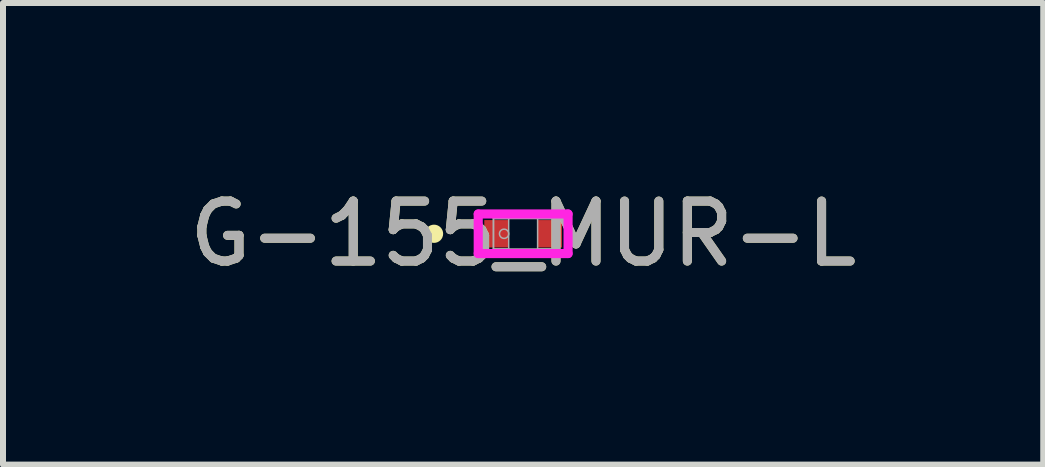
<source format=kicad_pcb>
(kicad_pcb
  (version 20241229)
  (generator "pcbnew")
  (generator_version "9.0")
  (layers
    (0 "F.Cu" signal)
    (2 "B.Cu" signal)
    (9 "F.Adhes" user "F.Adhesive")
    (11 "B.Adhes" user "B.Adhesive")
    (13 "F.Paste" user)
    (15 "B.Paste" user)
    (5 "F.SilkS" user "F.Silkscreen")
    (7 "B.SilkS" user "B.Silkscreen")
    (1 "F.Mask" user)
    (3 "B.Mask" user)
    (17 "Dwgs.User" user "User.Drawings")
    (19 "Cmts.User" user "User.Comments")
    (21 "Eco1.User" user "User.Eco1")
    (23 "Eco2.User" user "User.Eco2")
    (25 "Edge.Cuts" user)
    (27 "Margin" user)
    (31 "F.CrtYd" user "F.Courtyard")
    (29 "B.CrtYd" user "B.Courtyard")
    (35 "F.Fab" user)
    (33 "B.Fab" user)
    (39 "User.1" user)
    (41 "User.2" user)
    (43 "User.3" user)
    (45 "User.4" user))
  (footprint "G-155_MUR-L"
    (layer "F.Cu")
    (at 5.673 0.848)
    (property "Reference" "G-155_MUR-L" (at 0 0 0) (unlocked yes) (layer "F.SilkS") (effects (font (size 1 1) (thickness 0.15))))
    (attr smd)
    (fp_circle (center -1.486 0) (end -1.41 0) (stroke (width 0.152) (type solid)) (fill no) (layer "F.SilkS"))
    (fp_line (start -0.749 -0.33) (end 0.749 -0.33) (stroke (width 0.152) (type solid)) (layer "F.CrtYd"))
    (fp_line (start -0.749 0.33) (end -0.749 -0.33) (stroke (width 0.152) (type solid)) (layer "F.CrtYd"))
    (fp_line (start 0.749 -0.33) (end 0.749 0.33) (stroke (width 0.152) (type solid)) (layer "F.CrtYd"))
    (fp_line (start 0.749 0.33) (end -0.749 0.33) (stroke (width 0.152) (type solid)) (layer "F.CrtYd"))
    (fp_line (start -0.495 -0.254) (end -0.495 0.254) (stroke (width 0.025) (type solid)) (layer "F.Fab"))
    (fp_line (start -0.495 -0.254) (end -0.495 0.254) (stroke (width 0.025) (type solid)) (layer "F.Fab"))
    (fp_line (start -0.495 0.254) (end -0.241 0.254) (stroke (width 0.025) (type solid)) (layer "F.Fab"))
    (fp_line (start -0.495 0.254) (end 0.495 0.254) (stroke (width 0.025) (type solid)) (layer "F.Fab"))
    (fp_line (start -0.241 -0.254) (end -0.495 -0.254) (stroke (width 0.025) (type solid)) (layer "F.Fab"))
    (fp_line (start -0.241 0.254) (end -0.241 -0.254) (stroke (width 0.025) (type solid)) (layer "F.Fab"))
    (fp_line (start 0.241 -0.254) (end 0.241 0.254) (stroke (width 0.025) (type solid)) (layer "F.Fab"))
    (fp_line (start 0.241 0.254) (end 0.495 0.254) (stroke (width 0.025) (type solid)) (layer "F.Fab"))
    (fp_line (start 0.495 -0.254) (end -0.495 -0.254) (stroke (width 0.025) (type solid)) (layer "F.Fab"))
    (fp_line (start 0.495 -0.254) (end 0.241 -0.254) (stroke (width 0.025) (type solid)) (layer "F.Fab"))
    (fp_line (start 0.495 0.254) (end 0.495 -0.254) (stroke (width 0.025) (type solid)) (layer "F.Fab"))
    (fp_line (start 0.495 0.254) (end 0.495 -0.254) (stroke (width 0.025) (type solid)) (layer "F.Fab"))
    (fp_circle (center -0.318 0) (end -0.241 0) (stroke (width 0.025) (type solid)) (fill no) (layer "F.Fab"))
    (fp_text user "${REFERENCE}" (at 0 0 0) (unlocked yes) (layer "F.Fab") (effects (font (size 1 1) (thickness 0.15))))
    (pad "1" smd rect (at -0.445 0) (size 0.406 0.457) (layers "F.Cu" "F.Mask" "F.Paste"))
    (pad "2" smd rect (at 0.445 0) (size 0.406 0.457) (layers "F.Cu" "F.Mask" "F.Paste"))
    (zone (net_name "") (layer "F.Cu") (hatch full 0.508) (connect_pads) (min_thickness 0.254) (filled_areas_thickness no) (keepout (tracks not_allowed) (vias not_allowed) (pads allowed) (copperpour not_allowed) (footprints allowed)) (placement (enabled no)) (fill) (polygon (pts (xy 5.482 0.645) (xy 5.863 0.645) (xy 5.863 1.051) (xy 5.482 1.051)))))
  (gr_rect
    (start -3 -3)
    (end 14.345 4.697)
    (stroke (width 0.1) (type default))
    (fill no)
    (layer "Edge.Cuts")))
</source>
